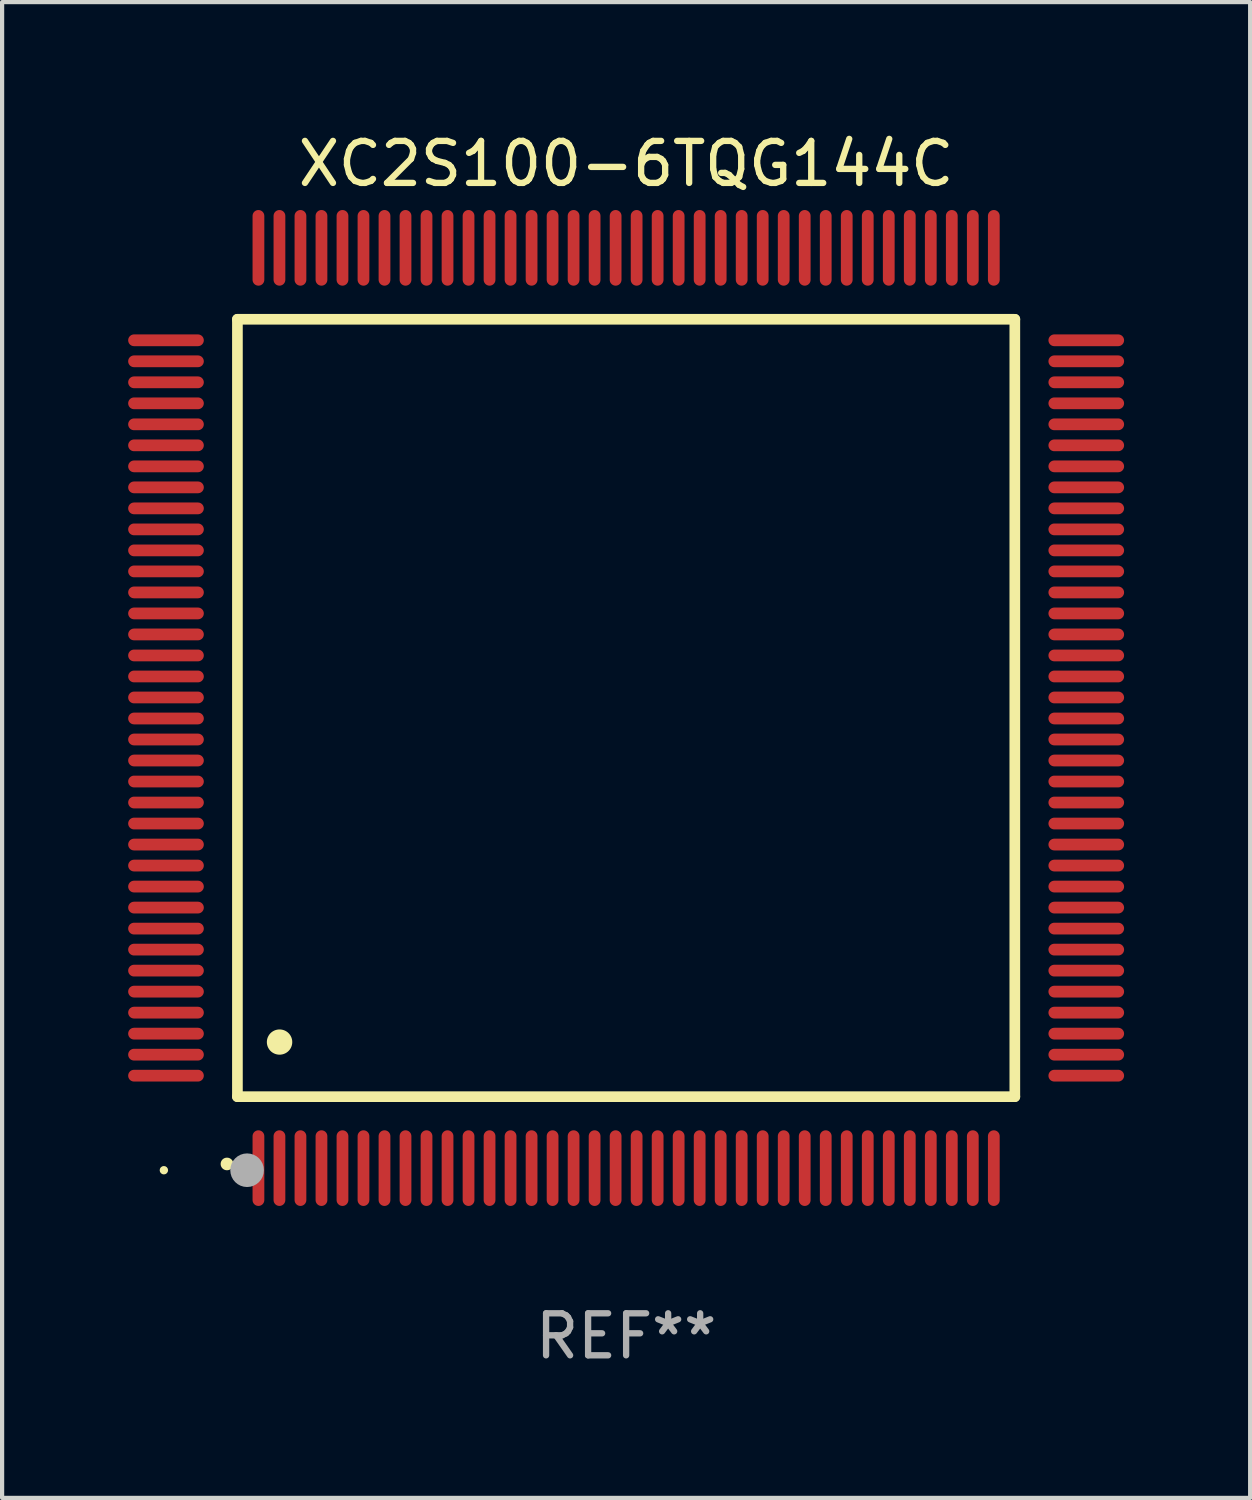
<source format=kicad_pcb>
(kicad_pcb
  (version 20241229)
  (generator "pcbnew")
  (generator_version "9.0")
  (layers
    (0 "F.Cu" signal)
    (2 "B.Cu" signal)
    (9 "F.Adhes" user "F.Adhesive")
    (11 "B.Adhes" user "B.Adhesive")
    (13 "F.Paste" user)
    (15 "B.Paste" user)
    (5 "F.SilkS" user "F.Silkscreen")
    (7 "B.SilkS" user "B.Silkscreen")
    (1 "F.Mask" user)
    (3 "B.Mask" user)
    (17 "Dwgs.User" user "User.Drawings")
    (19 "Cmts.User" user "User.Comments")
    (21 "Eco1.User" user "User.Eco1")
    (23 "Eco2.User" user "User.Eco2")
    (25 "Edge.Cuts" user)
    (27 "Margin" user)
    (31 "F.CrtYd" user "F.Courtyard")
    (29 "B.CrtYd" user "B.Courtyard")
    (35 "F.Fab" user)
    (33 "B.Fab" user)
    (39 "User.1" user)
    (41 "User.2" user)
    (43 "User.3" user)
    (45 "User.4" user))
  (footprint "XC2S100-6TQG144C"
    (layer "F.Cu")
    (at 11.85 13.798)
    (property "Reference" "XC2S100-6TQG144C" (at 0 -12.95 0) (layer "F.SilkS") (effects (font (size 1 1) (thickness 0.15))))
    (attr through_hole)
    (fp_line (start -9.25 -9.25) (end -9.25 9.25) (stroke (width 0.254) (type solid)) (layer "F.SilkS"))
    (fp_line (start -9.25 9.25) (end 9.25 9.25) (stroke (width 0.254) (type solid)) (layer "F.SilkS"))
    (fp_line (start 9.25 -9.25) (end -9.25 -9.25) (stroke (width 0.254) (type solid)) (layer "F.SilkS"))
    (fp_line (start 9.25 9.25) (end 9.25 -9.25) (stroke (width 0.254) (type solid)) (layer "F.SilkS"))
    (fp_arc (start -9.499619 10.850902) (mid -9.498349 10.850897) (end -9.497079 10.850902) (stroke (width 0.3) (type solid)) (layer "F.SilkS"))
    (fp_arc (start -8.249936 7.950216) (mid -8.247396 7.950205) (end -8.244856 7.950216) (stroke (width 0.6) (type solid)) (layer "F.SilkS"))
    (fp_circle (center -11 11) (end -10.95 11) (stroke (width 0.1) (type solid)) (fill no) (layer "F.SilkS"))
    (fp_circle (center -9.02 11) (end -8.82 11) (stroke (width 0.4) (type solid)) (fill no) (layer "F.Fab"))
    (fp_text user "REF**" (at 0 14.95 0) (layer "F.Fab") (effects (font (size 1 1) (thickness 0.15))))
    (pad "1" smd oval (at -8.75 10.95) (size 0.28 1.8) (layers "F.Cu" "F.Mask" "F.Paste"))
    (pad "2" smd oval (at -8.25 10.95) (size 0.28 1.8) (layers "F.Cu" "F.Mask" "F.Paste"))
    (pad "3" smd oval (at -7.75 10.95) (size 0.28 1.8) (layers "F.Cu" "F.Mask" "F.Paste"))
    (pad "4" smd oval (at -7.25 10.95) (size 0.28 1.8) (layers "F.Cu" "F.Mask" "F.Paste"))
    (pad "5" smd oval (at -6.75 10.95) (size 0.28 1.8) (layers "F.Cu" "F.Mask" "F.Paste"))
    (pad "6" smd oval (at -6.25 10.95) (size 0.28 1.8) (layers "F.Cu" "F.Mask" "F.Paste"))
    (pad "7" smd oval (at -5.75 10.95) (size 0.28 1.8) (layers "F.Cu" "F.Mask" "F.Paste"))
    (pad "8" smd oval (at -5.25 10.95) (size 0.28 1.8) (layers "F.Cu" "F.Mask" "F.Paste"))
    (pad "9" smd oval (at -4.75 10.95) (size 0.28 1.8) (layers "F.Cu" "F.Mask" "F.Paste"))
    (pad "10" smd oval (at -4.25 10.95) (size 0.28 1.8) (layers "F.Cu" "F.Mask" "F.Paste"))
    (pad "11" smd oval (at -3.75 10.95) (size 0.28 1.8) (layers "F.Cu" "F.Mask" "F.Paste"))
    (pad "12" smd oval (at -3.25 10.95) (size 0.28 1.8) (layers "F.Cu" "F.Mask" "F.Paste"))
    (pad "13" smd oval (at -2.75 10.95) (size 0.28 1.8) (layers "F.Cu" "F.Mask" "F.Paste"))
    (pad "14" smd oval (at -2.25 10.95) (size 0.28 1.8) (layers "F.Cu" "F.Mask" "F.Paste"))
    (pad "15" smd oval (at -1.75 10.95) (size 0.28 1.8) (layers "F.Cu" "F.Mask" "F.Paste"))
    (pad "16" smd oval (at -1.25 10.95) (size 0.28 1.8) (layers "F.Cu" "F.Mask" "F.Paste"))
    (pad "17" smd oval (at -0.75 10.95) (size 0.28 1.8) (layers "F.Cu" "F.Mask" "F.Paste"))
    (pad "18" smd oval (at -0.25 10.95) (size 0.28 1.8) (layers "F.Cu" "F.Mask" "F.Paste"))
    (pad "19" smd oval (at 0.25 10.95) (size 0.28 1.8) (layers "F.Cu" "F.Mask" "F.Paste"))
    (pad "20" smd oval (at 0.75 10.95) (size 0.28 1.8) (layers "F.Cu" "F.Mask" "F.Paste"))
    (pad "21" smd oval (at 1.25 10.95) (size 0.28 1.8) (layers "F.Cu" "F.Mask" "F.Paste"))
    (pad "22" smd oval (at 1.75 10.95) (size 0.28 1.8) (layers "F.Cu" "F.Mask" "F.Paste"))
    (pad "23" smd oval (at 2.25 10.95) (size 0.28 1.8) (layers "F.Cu" "F.Mask" "F.Paste"))
    (pad "24" smd oval (at 2.75 10.95) (size 0.28 1.8) (layers "F.Cu" "F.Mask" "F.Paste"))
    (pad "25" smd oval (at 3.25 10.95) (size 0.28 1.8) (layers "F.Cu" "F.Mask" "F.Paste"))
    (pad "26" smd oval (at 3.75 10.95) (size 0.28 1.8) (layers "F.Cu" "F.Mask" "F.Paste"))
    (pad "27" smd oval (at 4.25 10.95) (size 0.28 1.8) (layers "F.Cu" "F.Mask" "F.Paste"))
    (pad "28" smd oval (at 4.75 10.95) (size 0.28 1.8) (layers "F.Cu" "F.Mask" "F.Paste"))
    (pad "29" smd oval (at 5.25 10.95) (size 0.28 1.8) (layers "F.Cu" "F.Mask" "F.Paste"))
    (pad "30" smd oval (at 5.75 10.95) (size 0.28 1.8) (layers "F.Cu" "F.Mask" "F.Paste"))
    (pad "31" smd oval (at 6.25 10.95) (size 0.28 1.8) (layers "F.Cu" "F.Mask" "F.Paste"))
    (pad "32" smd oval (at 6.75 10.95) (size 0.28 1.8) (layers "F.Cu" "F.Mask" "F.Paste"))
    (pad "33" smd oval (at 7.25 10.95) (size 0.28 1.8) (layers "F.Cu" "F.Mask" "F.Paste"))
    (pad "34" smd oval (at 7.75 10.95) (size 0.28 1.8) (layers "F.Cu" "F.Mask" "F.Paste"))
    (pad "35" smd oval (at 8.25 10.95) (size 0.28 1.8) (layers "F.Cu" "F.Mask" "F.Paste"))
    (pad "36" smd oval (at 8.75 10.95) (size 0.28 1.8) (layers "F.Cu" "F.Mask" "F.Paste"))
    (pad "37" smd oval (at 10.95 8.75) (size 1.8 0.28) (layers "F.Cu" "F.Mask" "F.Paste"))
    (pad "38" smd oval (at 10.95 8.25) (size 1.8 0.28) (layers "F.Cu" "F.Mask" "F.Paste"))
    (pad "39" smd oval (at 10.95 7.75) (size 1.8 0.28) (layers "F.Cu" "F.Mask" "F.Paste"))
    (pad "40" smd oval (at 10.95 7.25) (size 1.8 0.28) (layers "F.Cu" "F.Mask" "F.Paste"))
    (pad "41" smd oval (at 10.95 6.75) (size 1.8 0.28) (layers "F.Cu" "F.Mask" "F.Paste"))
    (pad "42" smd oval (at 10.95 6.25) (size 1.8 0.28) (layers "F.Cu" "F.Mask" "F.Paste"))
    (pad "43" smd oval (at 10.95 5.75) (size 1.8 0.28) (layers "F.Cu" "F.Mask" "F.Paste"))
    (pad "44" smd oval (at 10.95 5.25) (size 1.8 0.28) (layers "F.Cu" "F.Mask" "F.Paste"))
    (pad "45" smd oval (at 10.95 4.75) (size 1.8 0.28) (layers "F.Cu" "F.Mask" "F.Paste"))
    (pad "46" smd oval (at 10.95 4.25) (size 1.8 0.28) (layers "F.Cu" "F.Mask" "F.Paste"))
    (pad "47" smd oval (at 10.95 3.75) (size 1.8 0.28) (layers "F.Cu" "F.Mask" "F.Paste"))
    (pad "48" smd oval (at 10.95 3.25) (size 1.8 0.28) (layers "F.Cu" "F.Mask" "F.Paste"))
    (pad "49" smd oval (at 10.95 2.75) (size 1.8 0.28) (layers "F.Cu" "F.Mask" "F.Paste"))
    (pad "50" smd oval (at 10.95 2.25) (size 1.8 0.28) (layers "F.Cu" "F.Mask" "F.Paste"))
    (pad "51" smd oval (at 10.95 1.75) (size 1.8 0.28) (layers "F.Cu" "F.Mask" "F.Paste"))
    (pad "52" smd oval (at 10.95 1.25) (size 1.8 0.28) (layers "F.Cu" "F.Mask" "F.Paste"))
    (pad "53" smd oval (at 10.95 0.75) (size 1.8 0.28) (layers "F.Cu" "F.Mask" "F.Paste"))
    (pad "54" smd oval (at 10.95 0.25) (size 1.8 0.28) (layers "F.Cu" "F.Mask" "F.Paste"))
    (pad "55" smd oval (at 10.95 -0.25) (size 1.8 0.28) (layers "F.Cu" "F.Mask" "F.Paste"))
    (pad "56" smd oval (at 10.95 -0.75) (size 1.8 0.28) (layers "F.Cu" "F.Mask" "F.Paste"))
    (pad "57" smd oval (at 10.95 -1.25) (size 1.8 0.28) (layers "F.Cu" "F.Mask" "F.Paste"))
    (pad "58" smd oval (at 10.95 -1.75) (size 1.8 0.28) (layers "F.Cu" "F.Mask" "F.Paste"))
    (pad "59" smd oval (at 10.95 -2.25) (size 1.8 0.28) (layers "F.Cu" "F.Mask" "F.Paste"))
    (pad "60" smd oval (at 10.95 -2.75) (size 1.8 0.28) (layers "F.Cu" "F.Mask" "F.Paste"))
    (pad "61" smd oval (at 10.95 -3.25) (size 1.8 0.28) (layers "F.Cu" "F.Mask" "F.Paste"))
    (pad "62" smd oval (at 10.95 -3.75) (size 1.8 0.28) (layers "F.Cu" "F.Mask" "F.Paste"))
    (pad "63" smd oval (at 10.95 -4.25) (size 1.8 0.28) (layers "F.Cu" "F.Mask" "F.Paste"))
    (pad "64" smd oval (at 10.95 -4.75) (size 1.8 0.28) (layers "F.Cu" "F.Mask" "F.Paste"))
    (pad "65" smd oval (at 10.95 -5.25) (size 1.8 0.28) (layers "F.Cu" "F.Mask" "F.Paste"))
    (pad "66" smd oval (at 10.95 -5.75) (size 1.8 0.28) (layers "F.Cu" "F.Mask" "F.Paste"))
    (pad "67" smd oval (at 10.95 -6.25) (size 1.8 0.28) (layers "F.Cu" "F.Mask" "F.Paste"))
    (pad "68" smd oval (at 10.95 -6.75) (size 1.8 0.28) (layers "F.Cu" "F.Mask" "F.Paste"))
    (pad "69" smd oval (at 10.95 -7.25) (size 1.8 0.28) (layers "F.Cu" "F.Mask" "F.Paste"))
    (pad "70" smd oval (at 10.95 -7.75) (size 1.8 0.28) (layers "F.Cu" "F.Mask" "F.Paste"))
    (pad "71" smd oval (at 10.95 -8.25) (size 1.8 0.28) (layers "F.Cu" "F.Mask" "F.Paste"))
    (pad "72" smd oval (at 10.95 -8.75) (size 1.8 0.28) (layers "F.Cu" "F.Mask" "F.Paste"))
    (pad "73" smd oval (at 8.75 -10.95) (size 0.28 1.8) (layers "F.Cu" "F.Mask" "F.Paste"))
    (pad "74" smd oval (at 8.25 -10.95) (size 0.28 1.8) (layers "F.Cu" "F.Mask" "F.Paste"))
    (pad "75" smd oval (at 7.75 -10.95) (size 0.28 1.8) (layers "F.Cu" "F.Mask" "F.Paste"))
    (pad "76" smd oval (at 7.25 -10.95) (size 0.28 1.8) (layers "F.Cu" "F.Mask" "F.Paste"))
    (pad "77" smd oval (at 6.75 -10.95) (size 0.28 1.8) (layers "F.Cu" "F.Mask" "F.Paste"))
    (pad "78" smd oval (at 6.25 -10.95) (size 0.28 1.8) (layers "F.Cu" "F.Mask" "F.Paste"))
    (pad "79" smd oval (at 5.75 -10.95) (size 0.28 1.8) (layers "F.Cu" "F.Mask" "F.Paste"))
    (pad "80" smd oval (at 5.25 -10.95) (size 0.28 1.8) (layers "F.Cu" "F.Mask" "F.Paste"))
    (pad "81" smd oval (at 4.75 -10.95) (size 0.28 1.8) (layers "F.Cu" "F.Mask" "F.Paste"))
    (pad "82" smd oval (at 4.25 -10.95) (size 0.28 1.8) (layers "F.Cu" "F.Mask" "F.Paste"))
    (pad "83" smd oval (at 3.75 -10.95) (size 0.28 1.8) (layers "F.Cu" "F.Mask" "F.Paste"))
    (pad "84" smd oval (at 3.25 -10.95) (size 0.28 1.8) (layers "F.Cu" "F.Mask" "F.Paste"))
    (pad "85" smd oval (at 2.75 -10.95) (size 0.28 1.8) (layers "F.Cu" "F.Mask" "F.Paste"))
    (pad "86" smd oval (at 2.25 -10.95) (size 0.28 1.8) (layers "F.Cu" "F.Mask" "F.Paste"))
    (pad "87" smd oval (at 1.75 -10.95) (size 0.28 1.8) (layers "F.Cu" "F.Mask" "F.Paste"))
    (pad "88" smd oval (at 1.25 -10.95) (size 0.28 1.8) (layers "F.Cu" "F.Mask" "F.Paste"))
    (pad "89" smd oval (at 0.75 -10.95) (size 0.28 1.8) (layers "F.Cu" "F.Mask" "F.Paste"))
    (pad "90" smd oval (at 0.25 -10.95) (size 0.28 1.8) (layers "F.Cu" "F.Mask" "F.Paste"))
    (pad "91" smd oval (at -0.25 -10.95) (size 0.28 1.8) (layers "F.Cu" "F.Mask" "F.Paste"))
    (pad "92" smd oval (at -0.75 -10.95) (size 0.28 1.8) (layers "F.Cu" "F.Mask" "F.Paste"))
    (pad "93" smd oval (at -1.25 -10.95) (size 0.28 1.8) (layers "F.Cu" "F.Mask" "F.Paste"))
    (pad "94" smd oval (at -1.75 -10.95) (size 0.28 1.8) (layers "F.Cu" "F.Mask" "F.Paste"))
    (pad "95" smd oval (at -2.25 -10.95) (size 0.28 1.8) (layers "F.Cu" "F.Mask" "F.Paste"))
    (pad "96" smd oval (at -2.75 -10.95) (size 0.28 1.8) (layers "F.Cu" "F.Mask" "F.Paste"))
    (pad "97" smd oval (at -3.25 -10.95) (size 0.28 1.8) (layers "F.Cu" "F.Mask" "F.Paste"))
    (pad "98" smd oval (at -3.75 -10.95) (size 0.28 1.8) (layers "F.Cu" "F.Mask" "F.Paste"))
    (pad "99" smd oval (at -4.25 -10.95) (size 0.28 1.8) (layers "F.Cu" "F.Mask" "F.Paste"))
    (pad "100" smd oval (at -4.75 -10.95) (size 0.28 1.8) (layers "F.Cu" "F.Mask" "F.Paste"))
    (pad "101" smd oval (at -5.25 -10.95) (size 0.28 1.8) (layers "F.Cu" "F.Mask" "F.Paste"))
    (pad "102" smd oval (at -5.75 -10.95) (size 0.28 1.8) (layers "F.Cu" "F.Mask" "F.Paste"))
    (pad "103" smd oval (at -6.25 -10.95) (size 0.28 1.8) (layers "F.Cu" "F.Mask" "F.Paste"))
    (pad "104" smd oval (at -6.75 -10.95) (size 0.28 1.8) (layers "F.Cu" "F.Mask" "F.Paste"))
    (pad "105" smd oval (at -7.25 -10.95) (size 0.28 1.8) (layers "F.Cu" "F.Mask" "F.Paste"))
    (pad "106" smd oval (at -7.75 -10.95) (size 0.28 1.8) (layers "F.Cu" "F.Mask" "F.Paste"))
    (pad "107" smd oval (at -8.25 -10.95) (size 0.28 1.8) (layers "F.Cu" "F.Mask" "F.Paste"))
    (pad "108" smd oval (at -8.75 -10.95) (size 0.28 1.8) (layers "F.Cu" "F.Mask" "F.Paste"))
    (pad "109" smd oval (at -10.95 -8.75) (size 1.8 0.28) (layers "F.Cu" "F.Mask" "F.Paste"))
    (pad "110" smd oval (at -10.95 -8.25) (size 1.8 0.28) (layers "F.Cu" "F.Mask" "F.Paste"))
    (pad "111" smd oval (at -10.95 -7.75) (size 1.8 0.28) (layers "F.Cu" "F.Mask" "F.Paste"))
    (pad "112" smd oval (at -10.95 -7.25) (size 1.8 0.28) (layers "F.Cu" "F.Mask" "F.Paste"))
    (pad "113" smd oval (at -10.95 -6.75) (size 1.8 0.28) (layers "F.Cu" "F.Mask" "F.Paste"))
    (pad "114" smd oval (at -10.95 -6.25) (size 1.8 0.28) (layers "F.Cu" "F.Mask" "F.Paste"))
    (pad "115" smd oval (at -10.95 -5.75) (size 1.8 0.28) (layers "F.Cu" "F.Mask" "F.Paste"))
    (pad "116" smd oval (at -10.95 -5.25) (size 1.8 0.28) (layers "F.Cu" "F.Mask" "F.Paste"))
    (pad "117" smd oval (at -10.95 -4.75) (size 1.8 0.28) (layers "F.Cu" "F.Mask" "F.Paste"))
    (pad "118" smd oval (at -10.95 -4.25) (size 1.8 0.28) (layers "F.Cu" "F.Mask" "F.Paste"))
    (pad "119" smd oval (at -10.95 -3.75) (size 1.8 0.28) (layers "F.Cu" "F.Mask" "F.Paste"))
    (pad "120" smd oval (at -10.95 -3.25) (size 1.8 0.28) (layers "F.Cu" "F.Mask" "F.Paste"))
    (pad "121" smd oval (at -10.95 -2.75) (size 1.8 0.28) (layers "F.Cu" "F.Mask" "F.Paste"))
    (pad "122" smd oval (at -10.95 -2.25) (size 1.8 0.28) (layers "F.Cu" "F.Mask" "F.Paste"))
    (pad "123" smd oval (at -10.95 -1.75) (size 1.8 0.28) (layers "F.Cu" "F.Mask" "F.Paste"))
    (pad "124" smd oval (at -10.95 -1.25) (size 1.8 0.28) (layers "F.Cu" "F.Mask" "F.Paste"))
    (pad "125" smd oval (at -10.95 -0.75) (size 1.8 0.28) (layers "F.Cu" "F.Mask" "F.Paste"))
    (pad "126" smd oval (at -10.95 -0.25) (size 1.8 0.28) (layers "F.Cu" "F.Mask" "F.Paste"))
    (pad "127" smd oval (at -10.95 0.25) (size 1.8 0.28) (layers "F.Cu" "F.Mask" "F.Paste"))
    (pad "128" smd oval (at -10.95 0.75) (size 1.8 0.28) (layers "F.Cu" "F.Mask" "F.Paste"))
    (pad "129" smd oval (at -10.95 1.25) (size 1.8 0.28) (layers "F.Cu" "F.Mask" "F.Paste"))
    (pad "130" smd oval (at -10.95 1.75) (size 1.8 0.28) (layers "F.Cu" "F.Mask" "F.Paste"))
    (pad "131" smd oval (at -10.95 2.25) (size 1.8 0.28) (layers "F.Cu" "F.Mask" "F.Paste"))
    (pad "132" smd oval (at -10.95 2.75) (size 1.8 0.28) (layers "F.Cu" "F.Mask" "F.Paste"))
    (pad "133" smd oval (at -10.95 3.25) (size 1.8 0.28) (layers "F.Cu" "F.Mask" "F.Paste"))
    (pad "134" smd oval (at -10.95 3.75) (size 1.8 0.28) (layers "F.Cu" "F.Mask" "F.Paste"))
    (pad "135" smd oval (at -10.95 4.25) (size 1.8 0.28) (layers "F.Cu" "F.Mask" "F.Paste"))
    (pad "136" smd oval (at -10.95 4.75) (size 1.8 0.28) (layers "F.Cu" "F.Mask" "F.Paste"))
    (pad "137" smd oval (at -10.95 5.25) (size 1.8 0.28) (layers "F.Cu" "F.Mask" "F.Paste"))
    (pad "138" smd oval (at -10.95 5.75) (size 1.8 0.28) (layers "F.Cu" "F.Mask" "F.Paste"))
    (pad "139" smd oval (at -10.95 6.25) (size 1.8 0.28) (layers "F.Cu" "F.Mask" "F.Paste"))
    (pad "140" smd oval (at -10.95 6.75) (size 1.8 0.28) (layers "F.Cu" "F.Mask" "F.Paste"))
    (pad "141" smd oval (at -10.95 7.25) (size 1.8 0.28) (layers "F.Cu" "F.Mask" "F.Paste"))
    (pad "142" smd oval (at -10.95 7.75) (size 1.8 0.28) (layers "F.Cu" "F.Mask" "F.Paste"))
    (pad "143" smd oval (at -10.95 8.25) (size 1.8 0.28) (layers "F.Cu" "F.Mask" "F.Paste"))
    (pad "144" smd oval (at -10.95 8.75) (size 1.8 0.28) (layers "F.Cu" "F.Mask" "F.Paste")))
  (gr_rect
    (start -3 -3)
    (end 26.7 32.596)
    (stroke (width 0.1) (type default))
    (fill no)
    (layer "Edge.Cuts")))
</source>
